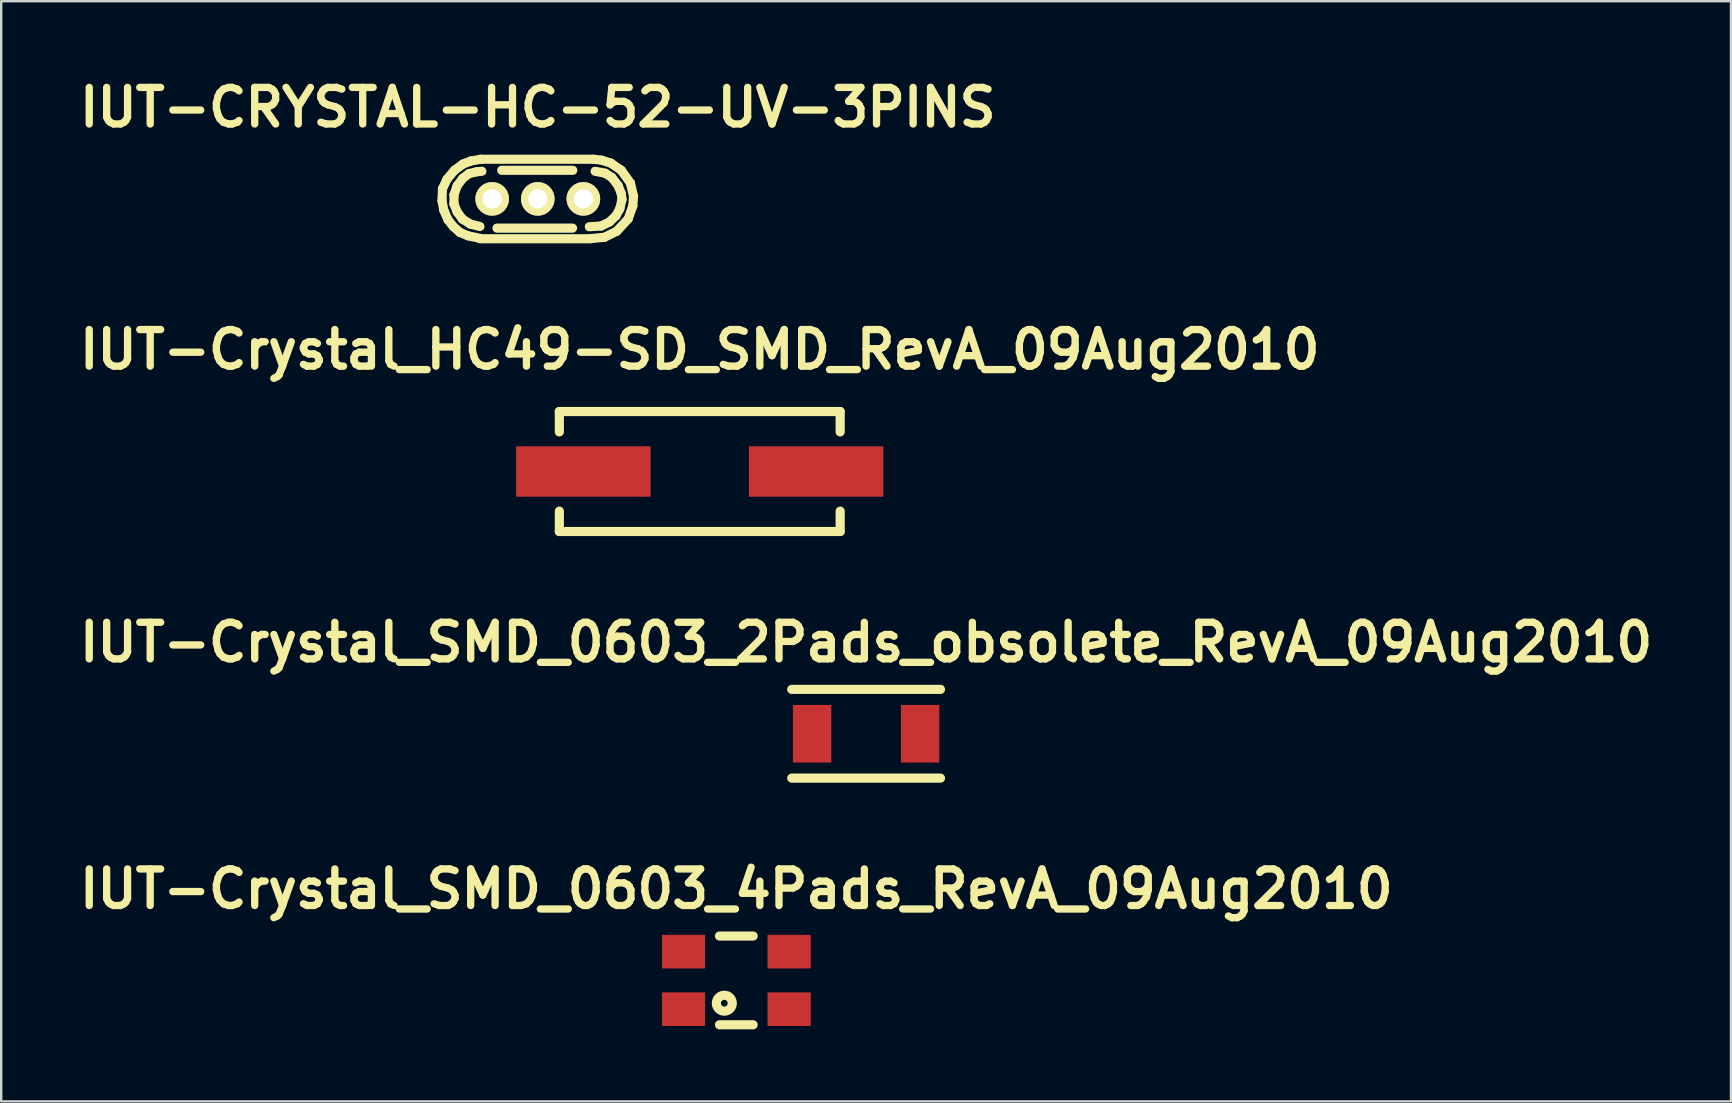
<source format=kicad_pcb>
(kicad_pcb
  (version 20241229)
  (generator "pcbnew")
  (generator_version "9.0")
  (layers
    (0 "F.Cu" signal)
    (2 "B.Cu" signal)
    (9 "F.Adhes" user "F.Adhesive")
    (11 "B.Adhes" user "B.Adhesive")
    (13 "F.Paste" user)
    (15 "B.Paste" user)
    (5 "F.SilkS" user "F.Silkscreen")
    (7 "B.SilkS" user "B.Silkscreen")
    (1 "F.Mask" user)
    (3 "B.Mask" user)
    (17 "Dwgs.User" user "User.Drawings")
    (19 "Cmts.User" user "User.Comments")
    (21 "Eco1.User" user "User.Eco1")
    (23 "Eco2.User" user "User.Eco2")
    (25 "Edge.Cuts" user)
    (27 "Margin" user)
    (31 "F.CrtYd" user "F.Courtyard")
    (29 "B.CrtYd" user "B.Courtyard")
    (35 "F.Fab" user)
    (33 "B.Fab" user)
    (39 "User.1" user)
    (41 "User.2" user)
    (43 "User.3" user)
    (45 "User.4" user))
  (footprint "IUT-CRYSTAL-HC-52-UV-3PINS"
    (layer "F.Cu")
    (at 19.355 5.236)
    (property "Reference" "IUT-CRYSTAL-HC-52-UV-3PINS" (at 0 -3.81 0) (layer "F.SilkS") (effects (font (size 1.524 1.524) (thickness 0.305))))
    (attr through_hole)
    (fp_line (start -3.99 0.071) (end -3.97 -0.419) (stroke (width 0.381) (type solid)) (layer "F.SilkS"))
    (fp_line (start -3.97 -0.419) (end -3.78 -0.82) (stroke (width 0.381) (type solid)) (layer "F.SilkS"))
    (fp_line (start -3.919 0.46) (end -3.99 0.071) (stroke (width 0.381) (type solid)) (layer "F.SilkS"))
    (fp_line (start -3.78 -0.82) (end -3.47 -1.191) (stroke (width 0.381) (type solid)) (layer "F.SilkS"))
    (fp_line (start -3.739 0.871) (end -3.919 0.46) (stroke (width 0.381) (type solid)) (layer "F.SilkS"))
    (fp_line (start -3.52 1.151) (end -3.739 0.871) (stroke (width 0.381) (type solid)) (layer "F.SilkS"))
    (fp_line (start -3.49 -0.17) (end -3.36 -0.541) (stroke (width 0.381) (type solid)) (layer "F.SilkS"))
    (fp_line (start -3.49 0.211) (end -3.49 -0.17) (stroke (width 0.381) (type solid)) (layer "F.SilkS"))
    (fp_line (start -3.47 -1.191) (end -3.119 -1.45) (stroke (width 0.381) (type solid)) (layer "F.SilkS"))
    (fp_line (start -3.36 -0.541) (end -3.129 -0.851) (stroke (width 0.381) (type solid)) (layer "F.SilkS"))
    (fp_line (start -3.36 0.541) (end -3.49 0.211) (stroke (width 0.381) (type solid)) (layer "F.SilkS"))
    (fp_line (start -3.241 1.399) (end -3.52 1.151) (stroke (width 0.381) (type solid)) (layer "F.SilkS"))
    (fp_line (start -3.139 0.841) (end -3.36 0.541) (stroke (width 0.381) (type solid)) (layer "F.SilkS"))
    (fp_line (start -3.129 -0.851) (end -2.87 -1.049) (stroke (width 0.381) (type solid)) (layer "F.SilkS"))
    (fp_line (start -3.119 -1.45) (end -2.779 -1.58) (stroke (width 0.381) (type solid)) (layer "F.SilkS"))
    (fp_line (start -2.901 1.539) (end -3.241 1.399) (stroke (width 0.381) (type solid)) (layer "F.SilkS"))
    (fp_line (start -2.87 -1.049) (end -2.54 -1.13) (stroke (width 0.381) (type solid)) (layer "F.SilkS"))
    (fp_line (start -2.809 1.049) (end -3.139 0.841) (stroke (width 0.381) (type solid)) (layer "F.SilkS"))
    (fp_line (start -2.779 -1.58) (end -2.38 -1.651) (stroke (width 0.381) (type solid)) (layer "F.SilkS"))
    (fp_line (start -2.54 -1.13) (end -2.329 -1.151) (stroke (width 0.381) (type solid)) (layer "F.SilkS"))
    (fp_line (start -2.421 1.641) (end -2.901 1.539) (stroke (width 0.381) (type solid)) (layer "F.SilkS"))
    (fp_line (start -2.41 1.151) (end -2.809 1.049) (stroke (width 0.381) (type solid)) (layer "F.SilkS"))
    (fp_line (start -2.39 -1.651) (end 2.329 -1.651) (stroke (width 0.381) (type solid)) (layer "F.SilkS"))
    (fp_line (start -1.699 1.219) (end 1.45 1.219) (stroke (width 0.381) (type solid)) (layer "F.SilkS"))
    (fp_line (start 1.46 -1.191) (end -1.501 -1.191) (stroke (width 0.381) (type solid)) (layer "F.SilkS"))
    (fp_line (start 2.22 1.661) (end -2.41 1.661) (stroke (width 0.381) (type solid)) (layer "F.SilkS"))
    (fp_line (start 2.329 -1.651) (end 2.67 -1.61) (stroke (width 0.381) (type solid)) (layer "F.SilkS"))
    (fp_line (start 2.39 -1.151) (end 2.809 -1.069) (stroke (width 0.381) (type solid)) (layer "F.SilkS"))
    (fp_line (start 2.639 1.13) (end 2.149 1.161) (stroke (width 0.381) (type solid)) (layer "F.SilkS"))
    (fp_line (start 2.67 -1.61) (end 3.04 -1.491) (stroke (width 0.381) (type solid)) (layer "F.SilkS"))
    (fp_line (start 2.779 1.6) (end 2.24 1.651) (stroke (width 0.381) (type solid)) (layer "F.SilkS"))
    (fp_line (start 2.809 -1.069) (end 3.091 -0.889) (stroke (width 0.381) (type solid)) (layer "F.SilkS"))
    (fp_line (start 2.99 0.96) (end 2.639 1.13) (stroke (width 0.381) (type solid)) (layer "F.SilkS"))
    (fp_line (start 3.04 -1.491) (end 3.48 -1.191) (stroke (width 0.381) (type solid)) (layer "F.SilkS"))
    (fp_line (start 3.091 -0.889) (end 3.35 -0.551) (stroke (width 0.381) (type solid)) (layer "F.SilkS"))
    (fp_line (start 3.259 0.701) (end 2.99 0.96) (stroke (width 0.381) (type solid)) (layer "F.SilkS"))
    (fp_line (start 3.289 1.349) (end 2.779 1.6) (stroke (width 0.381) (type solid)) (layer "F.SilkS"))
    (fp_line (start 3.35 -0.551) (end 3.48 -0.221) (stroke (width 0.381) (type solid)) (layer "F.SilkS"))
    (fp_line (start 3.419 0.409) (end 3.259 0.701) (stroke (width 0.381) (type solid)) (layer "F.SilkS"))
    (fp_line (start 3.48 -1.191) (end 3.861 -0.66) (stroke (width 0.381) (type solid)) (layer "F.SilkS"))
    (fp_line (start 3.48 -0.221) (end 3.51 0.02) (stroke (width 0.381) (type solid)) (layer "F.SilkS"))
    (fp_line (start 3.51 0.02) (end 3.419 0.409) (stroke (width 0.381) (type solid)) (layer "F.SilkS"))
    (fp_line (start 3.769 0.831) (end 3.289 1.349) (stroke (width 0.381) (type solid)) (layer "F.SilkS"))
    (fp_line (start 3.861 -0.66) (end 3.99 -0.109) (stroke (width 0.381) (type solid)) (layer "F.SilkS"))
    (fp_line (start 3.96 0.29) (end 3.769 0.831) (stroke (width 0.381) (type solid)) (layer "F.SilkS"))
    (fp_line (start 3.99 -0.109) (end 3.96 0.29) (stroke (width 0.381) (type solid)) (layer "F.SilkS"))
    (pad "1" thru_hole circle (at -1.9 0) (size 1.399 1.399) (drill 0.8) (layers "*.Cu" "*.Mask" "F.SilkS"))
    (pad "2" thru_hole circle (at 1.9 0) (size 1.399 1.399) (drill 0.8) (layers "*.Cu" "*.Mask" "F.SilkS"))
    (pad "3" thru_hole circle (at 0 0) (size 1.399 1.399) (drill 0.8) (layers "*.Cu" "*.Mask" "F.SilkS")))
  (footprint "IUT-Crystal_SMD_0603_4Pads_RevA_09Aug2010"
    (layer "F.Cu")
    (at 27.628 37.797)
    (property "Reference" "IUT-Crystal_SMD_0603_4Pads_RevA_09Aug2010" (at 0 -3.81 0) (layer "F.SilkS") (effects (font (size 1.524 1.524) (thickness 0.305))))
    (attr smd)
    (fp_line (start -0.701 -1.849) (end 0.701 -1.849) (stroke (width 0.381) (type solid)) (layer "F.SilkS"))
    (fp_line (start 0.701 1.849) (end -0.701 1.849) (stroke (width 0.381) (type solid)) (layer "F.SilkS"))
    (fp_circle (center -0.5 0.95) (end -0.399 1.049) (stroke (width 0.381) (type solid)) (fill no) (layer "F.SilkS"))
    (pad "1" smd rect (at -2.2 1.199) (size 1.801 1.399) (layers "F.Cu" "F.Mask" "F.Paste"))
    (pad "2" smd rect (at 2.2 1.199) (size 1.801 1.399) (layers "F.Cu" "F.Mask" "F.Paste"))
    (pad "3" smd rect (at 2.2 -1.199) (size 1.801 1.399) (layers "F.Cu" "F.Mask" "F.Paste"))
    (pad "4" smd rect (at -2.2 -1.199) (size 1.801 1.399) (layers "F.Cu" "F.Mask" "F.Paste")))
  (footprint "IUT-Crystal_HC49-SD_SMD_RevA_09Aug2010"
    (layer "F.Cu")
    (at 26.104 16.595)
    (property "Reference" "IUT-Crystal_HC49-SD_SMD_RevA_09Aug2010" (at 0 -5.08 0) (layer "F.SilkS") (effects (font (size 1.524 1.524) (thickness 0.305))))
    (attr smd)
    (fp_line (start -5.85 -2.499) (end -5.85 -1.651) (stroke (width 0.381) (type solid)) (layer "F.SilkS"))
    (fp_line (start -5.85 2.499) (end -5.85 1.651) (stroke (width 0.381) (type solid)) (layer "F.SilkS"))
    (fp_line (start -5.85 2.499) (end 5.85 2.499) (stroke (width 0.381) (type solid)) (layer "F.SilkS"))
    (fp_line (start 5.85 -2.499) (end -5.85 -2.499) (stroke (width 0.381) (type solid)) (layer "F.SilkS"))
    (fp_line (start 5.85 -2.499) (end 5.85 -1.651) (stroke (width 0.381) (type solid)) (layer "F.SilkS"))
    (fp_line (start 5.85 2.499) (end 5.85 1.651) (stroke (width 0.381) (type solid)) (layer "F.SilkS"))
    (pad "1" smd rect (at -4.849 0) (size 5.601 2.101) (layers "F.Cu" "F.Mask" "F.Paste"))
    (pad "2" smd rect (at 4.849 0) (size 5.601 2.101) (layers "F.Cu" "F.Mask" "F.Paste")))
  (footprint "IUT-Crystal_SMD_0603_2Pads_obsolete_RevA_09Aug2010"
    (layer "F.Cu")
    (at 33.035 27.521)
    (property "Reference" "IUT-Crystal_SMD_0603_2Pads_obsolete_RevA_09Aug2010" (at 0 -3.81 0) (layer "F.SilkS") (effects (font (size 1.524 1.524) (thickness 0.305))))
    (attr smd)
    (fp_line (start -3.099 -1.849) (end 3.099 -1.849) (stroke (width 0.381) (type solid)) (layer "F.SilkS"))
    (fp_line (start 3.099 1.849) (end -3.099 1.849) (stroke (width 0.381) (type solid)) (layer "F.SilkS"))
    (pad "1" smd rect (at -2.25 0) (size 1.6 2.4) (layers "F.Cu" "F.Mask" "F.Paste"))
    (pad "2" smd rect (at 2.25 0) (size 1.6 2.4) (layers "F.Cu" "F.Mask" "F.Paste")))
  (gr_rect
    (start -3 -3)
    (end 69.069 42.837)
    (stroke (width 0.1) (type default))
    (fill no)
    (layer "Edge.Cuts")))
</source>
